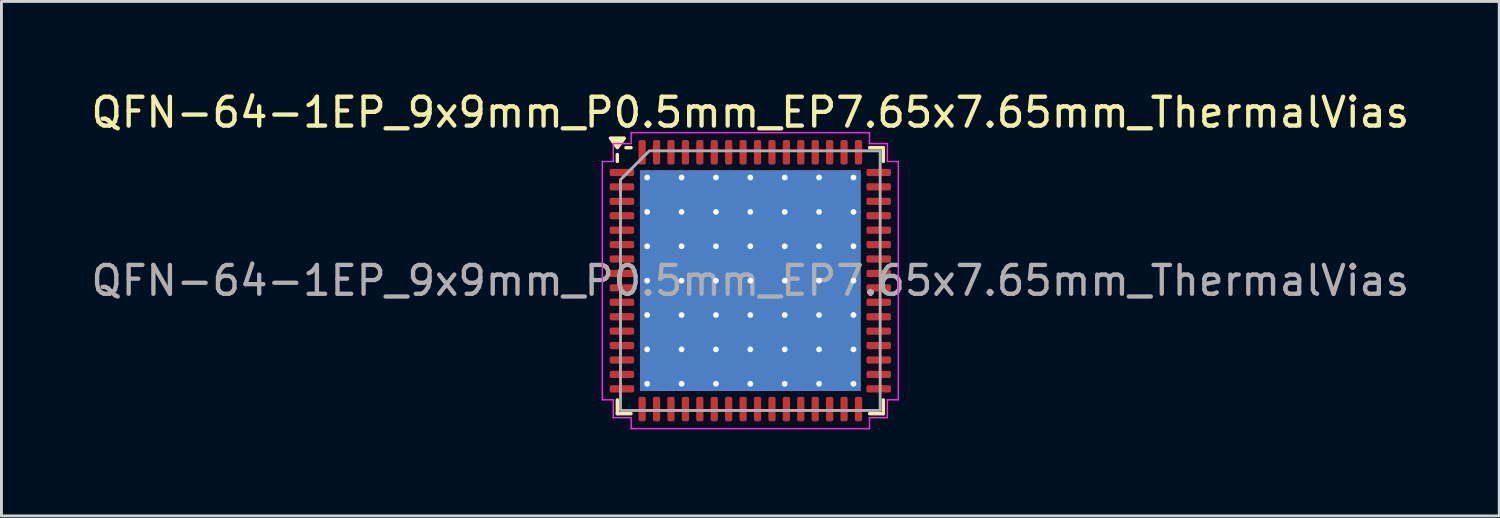
<source format=kicad_pcb>
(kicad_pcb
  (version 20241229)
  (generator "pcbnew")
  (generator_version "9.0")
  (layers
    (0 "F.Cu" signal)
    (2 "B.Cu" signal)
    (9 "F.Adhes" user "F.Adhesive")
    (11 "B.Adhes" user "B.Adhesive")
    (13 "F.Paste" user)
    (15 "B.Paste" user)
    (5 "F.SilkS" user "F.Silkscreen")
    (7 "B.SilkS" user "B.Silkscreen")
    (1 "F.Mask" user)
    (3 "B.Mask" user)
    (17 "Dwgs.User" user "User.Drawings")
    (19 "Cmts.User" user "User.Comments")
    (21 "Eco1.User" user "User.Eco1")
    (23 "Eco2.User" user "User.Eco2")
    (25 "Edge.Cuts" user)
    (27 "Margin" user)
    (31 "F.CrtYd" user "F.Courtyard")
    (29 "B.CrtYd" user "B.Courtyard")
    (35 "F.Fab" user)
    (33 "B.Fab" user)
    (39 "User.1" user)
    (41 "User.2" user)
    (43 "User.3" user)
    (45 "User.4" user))
  (footprint "QFN-64-1EP_9x9mm_P0.5mm_EP7.65x7.65mm_ThermalVias"
    (layer "F.Cu")
    (at 22.958 6.678)
    (property "Reference" "QFN-64-1EP_9x9mm_P0.5mm_EP7.65x7.65mm_ThermalVias" (at 0 -5.83 0) (layer "F.SilkS") (effects (font (size 1 1) (thickness 0.15))))
    (attr smd)
    (fp_line (start -4.61 -4.135) (end -4.61 -4.37) (stroke (width 0.12) (type solid)) (layer "F.SilkS"))
    (fp_line (start -4.61 4.61) (end -4.61 4.135) (stroke (width 0.12) (type solid)) (layer "F.SilkS"))
    (fp_line (start -4.135 -4.61) (end -4.31 -4.61) (stroke (width 0.12) (type solid)) (layer "F.SilkS"))
    (fp_line (start -4.135 4.61) (end -4.61 4.61) (stroke (width 0.12) (type solid)) (layer "F.SilkS"))
    (fp_line (start 4.135 -4.61) (end 4.61 -4.61) (stroke (width 0.12) (type solid)) (layer "F.SilkS"))
    (fp_line (start 4.135 4.61) (end 4.61 4.61) (stroke (width 0.12) (type solid)) (layer "F.SilkS"))
    (fp_line (start 4.61 -4.61) (end 4.61 -4.135) (stroke (width 0.12) (type solid)) (layer "F.SilkS"))
    (fp_line (start 4.61 4.61) (end 4.61 4.135) (stroke (width 0.12) (type solid)) (layer "F.SilkS"))
    (fp_poly (pts (xy -4.61 -4.61) (xy -4.85 -4.94) (xy -4.37 -4.94)) (stroke (width 0.12) (type solid)) (fill yes) (layer "F.SilkS"))
    (fp_line (start -5.13 -4.13) (end -4.75 -4.13) (stroke (width 0.05) (type solid)) (layer "F.CrtYd"))
    (fp_line (start -5.13 4.13) (end -5.13 -4.13) (stroke (width 0.05) (type solid)) (layer "F.CrtYd"))
    (fp_line (start -4.75 -4.75) (end -4.13 -4.75) (stroke (width 0.05) (type solid)) (layer "F.CrtYd"))
    (fp_line (start -4.75 -4.13) (end -4.75 -4.75) (stroke (width 0.05) (type solid)) (layer "F.CrtYd"))
    (fp_line (start -4.75 4.13) (end -5.13 4.13) (stroke (width 0.05) (type solid)) (layer "F.CrtYd"))
    (fp_line (start -4.75 4.75) (end -4.75 4.13) (stroke (width 0.05) (type solid)) (layer "F.CrtYd"))
    (fp_line (start -4.13 -5.13) (end 4.13 -5.13) (stroke (width 0.05) (type solid)) (layer "F.CrtYd"))
    (fp_line (start -4.13 -4.75) (end -4.13 -5.13) (stroke (width 0.05) (type solid)) (layer "F.CrtYd"))
    (fp_line (start -4.13 4.75) (end -4.75 4.75) (stroke (width 0.05) (type solid)) (layer "F.CrtYd"))
    (fp_line (start -4.13 5.13) (end -4.13 4.75) (stroke (width 0.05) (type solid)) (layer "F.CrtYd"))
    (fp_line (start 4.13 -5.13) (end 4.13 -4.75) (stroke (width 0.05) (type solid)) (layer "F.CrtYd"))
    (fp_line (start 4.13 -4.75) (end 4.75 -4.75) (stroke (width 0.05) (type solid)) (layer "F.CrtYd"))
    (fp_line (start 4.13 4.75) (end 4.13 5.13) (stroke (width 0.05) (type solid)) (layer "F.CrtYd"))
    (fp_line (start 4.13 5.13) (end -4.13 5.13) (stroke (width 0.05) (type solid)) (layer "F.CrtYd"))
    (fp_line (start 4.75 -4.75) (end 4.75 -4.13) (stroke (width 0.05) (type solid)) (layer "F.CrtYd"))
    (fp_line (start 4.75 -4.13) (end 5.13 -4.13) (stroke (width 0.05) (type solid)) (layer "F.CrtYd"))
    (fp_line (start 4.75 4.13) (end 4.75 4.75) (stroke (width 0.05) (type solid)) (layer "F.CrtYd"))
    (fp_line (start 4.75 4.75) (end 4.13 4.75) (stroke (width 0.05) (type solid)) (layer "F.CrtYd"))
    (fp_line (start 5.13 -4.13) (end 5.13 4.13) (stroke (width 0.05) (type solid)) (layer "F.CrtYd"))
    (fp_line (start 5.13 4.13) (end 4.75 4.13) (stroke (width 0.05) (type solid)) (layer "F.CrtYd"))
    (fp_poly (pts (xy -4.5 -3.5) (xy -4.5 4.5) (xy 4.5 4.5) (xy 4.5 -4.5) (xy -3.5 -4.5)) (stroke (width 0.1) (type solid)) (fill no) (layer "F.Fab"))
    (fp_text user "${REFERENCE}" (at 0 0 0) (layer "F.Fab") (effects (font (size 1 1) (thickness 0.15))))
    (pad "" smd roundrect (at -3.2 -3.2) (size 1.03 1.03) (layers "F.Paste") (roundrect_rratio 0.243))
    (pad "" smd roundrect (at -3.2 -1.92) (size 1.03 1.03) (layers "F.Paste") (roundrect_rratio 0.243))
    (pad "" smd roundrect (at -3.2 -0.64) (size 1.03 1.03) (layers "F.Paste") (roundrect_rratio 0.243))
    (pad "" smd roundrect (at -3.2 0.64) (size 1.03 1.03) (layers "F.Paste") (roundrect_rratio 0.243))
    (pad "" smd roundrect (at -3.2 1.92) (size 1.03 1.03) (layers "F.Paste") (roundrect_rratio 0.243))
    (pad "" smd roundrect (at -3.2 3.2) (size 1.03 1.03) (layers "F.Paste") (roundrect_rratio 0.243))
    (pad "" smd roundrect (at -1.92 -3.2) (size 1.03 1.03) (layers "F.Paste") (roundrect_rratio 0.243))
    (pad "" smd roundrect (at -1.92 -1.92) (size 1.03 1.03) (layers "F.Paste") (roundrect_rratio 0.243))
    (pad "" smd roundrect (at -1.92 -0.64) (size 1.03 1.03) (layers "F.Paste") (roundrect_rratio 0.243))
    (pad "" smd roundrect (at -1.92 0.64) (size 1.03 1.03) (layers "F.Paste") (roundrect_rratio 0.243))
    (pad "" smd roundrect (at -1.92 1.92) (size 1.03 1.03) (layers "F.Paste") (roundrect_rratio 0.243))
    (pad "" smd roundrect (at -1.92 3.2) (size 1.03 1.03) (layers "F.Paste") (roundrect_rratio 0.243))
    (pad "" smd roundrect (at -0.64 -3.2) (size 1.03 1.03) (layers "F.Paste") (roundrect_rratio 0.243))
    (pad "" smd roundrect (at -0.64 -1.92) (size 1.03 1.03) (layers "F.Paste") (roundrect_rratio 0.243))
    (pad "" smd roundrect (at -0.64 -0.64) (size 1.03 1.03) (layers "F.Paste") (roundrect_rratio 0.243))
    (pad "" smd roundrect (at -0.64 0.64) (size 1.03 1.03) (layers "F.Paste") (roundrect_rratio 0.243))
    (pad "" smd roundrect (at -0.64 1.92) (size 1.03 1.03) (layers "F.Paste") (roundrect_rratio 0.243))
    (pad "" smd roundrect (at -0.64 3.2) (size 1.03 1.03) (layers "F.Paste") (roundrect_rratio 0.243))
    (pad "" smd roundrect (at 0.64 -3.2) (size 1.03 1.03) (layers "F.Paste") (roundrect_rratio 0.243))
    (pad "" smd roundrect (at 0.64 -1.92) (size 1.03 1.03) (layers "F.Paste") (roundrect_rratio 0.243))
    (pad "" smd roundrect (at 0.64 -0.64) (size 1.03 1.03) (layers "F.Paste") (roundrect_rratio 0.243))
    (pad "" smd roundrect (at 0.64 0.64) (size 1.03 1.03) (layers "F.Paste") (roundrect_rratio 0.243))
    (pad "" smd roundrect (at 0.64 1.92) (size 1.03 1.03) (layers "F.Paste") (roundrect_rratio 0.243))
    (pad "" smd roundrect (at 0.64 3.2) (size 1.03 1.03) (layers "F.Paste") (roundrect_rratio 0.243))
    (pad "" smd roundrect (at 1.92 -3.2) (size 1.03 1.03) (layers "F.Paste") (roundrect_rratio 0.243))
    (pad "" smd roundrect (at 1.92 -1.92) (size 1.03 1.03) (layers "F.Paste") (roundrect_rratio 0.243))
    (pad "" smd roundrect (at 1.92 -0.64) (size 1.03 1.03) (layers "F.Paste") (roundrect_rratio 0.243))
    (pad "" smd roundrect (at 1.92 0.64) (size 1.03 1.03) (layers "F.Paste") (roundrect_rratio 0.243))
    (pad "" smd roundrect (at 1.92 1.92) (size 1.03 1.03) (layers "F.Paste") (roundrect_rratio 0.243))
    (pad "" smd roundrect (at 1.92 3.2) (size 1.03 1.03) (layers "F.Paste") (roundrect_rratio 0.243))
    (pad "" smd roundrect (at 3.2 -3.2) (size 1.03 1.03) (layers "F.Paste") (roundrect_rratio 0.243))
    (pad "" smd roundrect (at 3.2 -1.92) (size 1.03 1.03) (layers "F.Paste") (roundrect_rratio 0.243))
    (pad "" smd roundrect (at 3.2 -0.64) (size 1.03 1.03) (layers "F.Paste") (roundrect_rratio 0.243))
    (pad "" smd roundrect (at 3.2 0.64) (size 1.03 1.03) (layers "F.Paste") (roundrect_rratio 0.243))
    (pad "" smd roundrect (at 3.2 1.92) (size 1.03 1.03) (layers "F.Paste") (roundrect_rratio 0.243))
    (pad "" smd roundrect (at 3.2 3.2) (size 1.03 1.03) (layers "F.Paste") (roundrect_rratio 0.243))
    (pad "1" smd roundrect (at -4.45 -3.75) (size 0.85 0.25) (layers "F.Cu" "F.Mask" "F.Paste") (roundrect_rratio 0.25))
    (pad "2" smd roundrect (at -4.45 -3.25) (size 0.85 0.25) (layers "F.Cu" "F.Mask" "F.Paste") (roundrect_rratio 0.25))
    (pad "3" smd roundrect (at -4.45 -2.75) (size 0.85 0.25) (layers "F.Cu" "F.Mask" "F.Paste") (roundrect_rratio 0.25))
    (pad "4" smd roundrect (at -4.45 -2.25) (size 0.85 0.25) (layers "F.Cu" "F.Mask" "F.Paste") (roundrect_rratio 0.25))
    (pad "5" smd roundrect (at -4.45 -1.75) (size 0.85 0.25) (layers "F.Cu" "F.Mask" "F.Paste") (roundrect_rratio 0.25))
    (pad "6" smd roundrect (at -4.45 -1.25) (size 0.85 0.25) (layers "F.Cu" "F.Mask" "F.Paste") (roundrect_rratio 0.25))
    (pad "7" smd roundrect (at -4.45 -0.75) (size 0.85 0.25) (layers "F.Cu" "F.Mask" "F.Paste") (roundrect_rratio 0.25))
    (pad "8" smd roundrect (at -4.45 -0.25) (size 0.85 0.25) (layers "F.Cu" "F.Mask" "F.Paste") (roundrect_rratio 0.25))
    (pad "9" smd roundrect (at -4.45 0.25) (size 0.85 0.25) (layers "F.Cu" "F.Mask" "F.Paste") (roundrect_rratio 0.25))
    (pad "10" smd roundrect (at -4.45 0.75) (size 0.85 0.25) (layers "F.Cu" "F.Mask" "F.Paste") (roundrect_rratio 0.25))
    (pad "11" smd roundrect (at -4.45 1.25) (size 0.85 0.25) (layers "F.Cu" "F.Mask" "F.Paste") (roundrect_rratio 0.25))
    (pad "12" smd roundrect (at -4.45 1.75) (size 0.85 0.25) (layers "F.Cu" "F.Mask" "F.Paste") (roundrect_rratio 0.25))
    (pad "13" smd roundrect (at -4.45 2.25) (size 0.85 0.25) (layers "F.Cu" "F.Mask" "F.Paste") (roundrect_rratio 0.25))
    (pad "14" smd roundrect (at -4.45 2.75) (size 0.85 0.25) (layers "F.Cu" "F.Mask" "F.Paste") (roundrect_rratio 0.25))
    (pad "15" smd roundrect (at -4.45 3.25) (size 0.85 0.25) (layers "F.Cu" "F.Mask" "F.Paste") (roundrect_rratio 0.25))
    (pad "16" smd roundrect (at -4.45 3.75) (size 0.85 0.25) (layers "F.Cu" "F.Mask" "F.Paste") (roundrect_rratio 0.25))
    (pad "17" smd roundrect (at -3.75 4.45) (size 0.25 0.85) (layers "F.Cu" "F.Mask" "F.Paste") (roundrect_rratio 0.25))
    (pad "18" smd roundrect (at -3.25 4.45) (size 0.25 0.85) (layers "F.Cu" "F.Mask" "F.Paste") (roundrect_rratio 0.25))
    (pad "19" smd roundrect (at -2.75 4.45) (size 0.25 0.85) (layers "F.Cu" "F.Mask" "F.Paste") (roundrect_rratio 0.25))
    (pad "20" smd roundrect (at -2.25 4.45) (size 0.25 0.85) (layers "F.Cu" "F.Mask" "F.Paste") (roundrect_rratio 0.25))
    (pad "21" smd roundrect (at -1.75 4.45) (size 0.25 0.85) (layers "F.Cu" "F.Mask" "F.Paste") (roundrect_rratio 0.25))
    (pad "22" smd roundrect (at -1.25 4.45) (size 0.25 0.85) (layers "F.Cu" "F.Mask" "F.Paste") (roundrect_rratio 0.25))
    (pad "23" smd roundrect (at -0.75 4.45) (size 0.25 0.85) (layers "F.Cu" "F.Mask" "F.Paste") (roundrect_rratio 0.25))
    (pad "24" smd roundrect (at -0.25 4.45) (size 0.25 0.85) (layers "F.Cu" "F.Mask" "F.Paste") (roundrect_rratio 0.25))
    (pad "25" smd roundrect (at 0.25 4.45) (size 0.25 0.85) (layers "F.Cu" "F.Mask" "F.Paste") (roundrect_rratio 0.25))
    (pad "26" smd roundrect (at 0.75 4.45) (size 0.25 0.85) (layers "F.Cu" "F.Mask" "F.Paste") (roundrect_rratio 0.25))
    (pad "27" smd roundrect (at 1.25 4.45) (size 0.25 0.85) (layers "F.Cu" "F.Mask" "F.Paste") (roundrect_rratio 0.25))
    (pad "28" smd roundrect (at 1.75 4.45) (size 0.25 0.85) (layers "F.Cu" "F.Mask" "F.Paste") (roundrect_rratio 0.25))
    (pad "29" smd roundrect (at 2.25 4.45) (size 0.25 0.85) (layers "F.Cu" "F.Mask" "F.Paste") (roundrect_rratio 0.25))
    (pad "30" smd roundrect (at 2.75 4.45) (size 0.25 0.85) (layers "F.Cu" "F.Mask" "F.Paste") (roundrect_rratio 0.25))
    (pad "31" smd roundrect (at 3.25 4.45) (size 0.25 0.85) (layers "F.Cu" "F.Mask" "F.Paste") (roundrect_rratio 0.25))
    (pad "32" smd roundrect (at 3.75 4.45) (size 0.25 0.85) (layers "F.Cu" "F.Mask" "F.Paste") (roundrect_rratio 0.25))
    (pad "33" smd roundrect (at 4.45 3.75) (size 0.85 0.25) (layers "F.Cu" "F.Mask" "F.Paste") (roundrect_rratio 0.25))
    (pad "34" smd roundrect (at 4.45 3.25) (size 0.85 0.25) (layers "F.Cu" "F.Mask" "F.Paste") (roundrect_rratio 0.25))
    (pad "35" smd roundrect (at 4.45 2.75) (size 0.85 0.25) (layers "F.Cu" "F.Mask" "F.Paste") (roundrect_rratio 0.25))
    (pad "36" smd roundrect (at 4.45 2.25) (size 0.85 0.25) (layers "F.Cu" "F.Mask" "F.Paste") (roundrect_rratio 0.25))
    (pad "37" smd roundrect (at 4.45 1.75) (size 0.85 0.25) (layers "F.Cu" "F.Mask" "F.Paste") (roundrect_rratio 0.25))
    (pad "38" smd roundrect (at 4.45 1.25) (size 0.85 0.25) (layers "F.Cu" "F.Mask" "F.Paste") (roundrect_rratio 0.25))
    (pad "39" smd roundrect (at 4.45 0.75) (size 0.85 0.25) (layers "F.Cu" "F.Mask" "F.Paste") (roundrect_rratio 0.25))
    (pad "40" smd roundrect (at 4.45 0.25) (size 0.85 0.25) (layers "F.Cu" "F.Mask" "F.Paste") (roundrect_rratio 0.25))
    (pad "41" smd roundrect (at 4.45 -0.25) (size 0.85 0.25) (layers "F.Cu" "F.Mask" "F.Paste") (roundrect_rratio 0.25))
    (pad "42" smd roundrect (at 4.45 -0.75) (size 0.85 0.25) (layers "F.Cu" "F.Mask" "F.Paste") (roundrect_rratio 0.25))
    (pad "43" smd roundrect (at 4.45 -1.25) (size 0.85 0.25) (layers "F.Cu" "F.Mask" "F.Paste") (roundrect_rratio 0.25))
    (pad "44" smd roundrect (at 4.45 -1.75) (size 0.85 0.25) (layers "F.Cu" "F.Mask" "F.Paste") (roundrect_rratio 0.25))
    (pad "45" smd roundrect (at 4.45 -2.25) (size 0.85 0.25) (layers "F.Cu" "F.Mask" "F.Paste") (roundrect_rratio 0.25))
    (pad "46" smd roundrect (at 4.45 -2.75) (size 0.85 0.25) (layers "F.Cu" "F.Mask" "F.Paste") (roundrect_rratio 0.25))
    (pad "47" smd roundrect (at 4.45 -3.25) (size 0.85 0.25) (layers "F.Cu" "F.Mask" "F.Paste") (roundrect_rratio 0.25))
    (pad "48" smd roundrect (at 4.45 -3.75) (size 0.85 0.25) (layers "F.Cu" "F.Mask" "F.Paste") (roundrect_rratio 0.25))
    (pad "49" smd roundrect (at 3.75 -4.45) (size 0.25 0.85) (layers "F.Cu" "F.Mask" "F.Paste") (roundrect_rratio 0.25))
    (pad "50" smd roundrect (at 3.25 -4.45) (size 0.25 0.85) (layers "F.Cu" "F.Mask" "F.Paste") (roundrect_rratio 0.25))
    (pad "51" smd roundrect (at 2.75 -4.45) (size 0.25 0.85) (layers "F.Cu" "F.Mask" "F.Paste") (roundrect_rratio 0.25))
    (pad "52" smd roundrect (at 2.25 -4.45) (size 0.25 0.85) (layers "F.Cu" "F.Mask" "F.Paste") (roundrect_rratio 0.25))
    (pad "53" smd roundrect (at 1.75 -4.45) (size 0.25 0.85) (layers "F.Cu" "F.Mask" "F.Paste") (roundrect_rratio 0.25))
    (pad "54" smd roundrect (at 1.25 -4.45) (size 0.25 0.85) (layers "F.Cu" "F.Mask" "F.Paste") (roundrect_rratio 0.25))
    (pad "55" smd roundrect (at 0.75 -4.45) (size 0.25 0.85) (layers "F.Cu" "F.Mask" "F.Paste") (roundrect_rratio 0.25))
    (pad "56" smd roundrect (at 0.25 -4.45) (size 0.25 0.85) (layers "F.Cu" "F.Mask" "F.Paste") (roundrect_rratio 0.25))
    (pad "57" smd roundrect (at -0.25 -4.45) (size 0.25 0.85) (layers "F.Cu" "F.Mask" "F.Paste") (roundrect_rratio 0.25))
    (pad "58" smd roundrect (at -0.75 -4.45) (size 0.25 0.85) (layers "F.Cu" "F.Mask" "F.Paste") (roundrect_rratio 0.25))
    (pad "59" smd roundrect (at -1.25 -4.45) (size 0.25 0.85) (layers "F.Cu" "F.Mask" "F.Paste") (roundrect_rratio 0.25))
    (pad "60" smd roundrect (at -1.75 -4.45) (size 0.25 0.85) (layers "F.Cu" "F.Mask" "F.Paste") (roundrect_rratio 0.25))
    (pad "61" smd roundrect (at -2.25 -4.45) (size 0.25 0.85) (layers "F.Cu" "F.Mask" "F.Paste") (roundrect_rratio 0.25))
    (pad "62" smd roundrect (at -2.75 -4.45) (size 0.25 0.85) (layers "F.Cu" "F.Mask" "F.Paste") (roundrect_rratio 0.25))
    (pad "63" smd roundrect (at -3.25 -4.45) (size 0.25 0.85) (layers "F.Cu" "F.Mask" "F.Paste") (roundrect_rratio 0.25))
    (pad "64" smd roundrect (at -3.75 -4.45) (size 0.25 0.85) (layers "F.Cu" "F.Mask" "F.Paste") (roundrect_rratio 0.25))
    (pad "65" thru_hole circle (at -3.575 -3.575) (size 0.5 0.5) (drill 0.2) (property pad_prop_heatsink) (layers "*.Cu"))
    (pad "65" thru_hole circle (at -3.575 -2.383) (size 0.5 0.5) (drill 0.2) (property pad_prop_heatsink) (layers "*.Cu"))
    (pad "65" thru_hole circle (at -3.575 -1.192) (size 0.5 0.5) (drill 0.2) (property pad_prop_heatsink) (layers "*.Cu"))
    (pad "65" thru_hole circle (at -3.575 0) (size 0.5 0.5) (drill 0.2) (property pad_prop_heatsink) (layers "*.Cu"))
    (pad "65" thru_hole circle (at -3.575 1.192) (size 0.5 0.5) (drill 0.2) (property pad_prop_heatsink) (layers "*.Cu"))
    (pad "65" thru_hole circle (at -3.575 2.383) (size 0.5 0.5) (drill 0.2) (property pad_prop_heatsink) (layers "*.Cu"))
    (pad "65" thru_hole circle (at -3.575 3.575) (size 0.5 0.5) (drill 0.2) (property pad_prop_heatsink) (layers "*.Cu"))
    (pad "65" thru_hole circle (at -2.383 -3.575) (size 0.5 0.5) (drill 0.2) (property pad_prop_heatsink) (layers "*.Cu"))
    (pad "65" thru_hole circle (at -2.383 -2.383) (size 0.5 0.5) (drill 0.2) (property pad_prop_heatsink) (layers "*.Cu"))
    (pad "65" thru_hole circle (at -2.383 -1.192) (size 0.5 0.5) (drill 0.2) (property pad_prop_heatsink) (layers "*.Cu"))
    (pad "65" thru_hole circle (at -2.383 0) (size 0.5 0.5) (drill 0.2) (property pad_prop_heatsink) (layers "*.Cu"))
    (pad "65" thru_hole circle (at -2.383 1.192) (size 0.5 0.5) (drill 0.2) (property pad_prop_heatsink) (layers "*.Cu"))
    (pad "65" thru_hole circle (at -2.383 2.383) (size 0.5 0.5) (drill 0.2) (property pad_prop_heatsink) (layers "*.Cu"))
    (pad "65" thru_hole circle (at -2.383 3.575) (size 0.5 0.5) (drill 0.2) (property pad_prop_heatsink) (layers "*.Cu"))
    (pad "65" thru_hole circle (at -1.192 -3.575) (size 0.5 0.5) (drill 0.2) (property pad_prop_heatsink) (layers "*.Cu"))
    (pad "65" thru_hole circle (at -1.192 -2.383) (size 0.5 0.5) (drill 0.2) (property pad_prop_heatsink) (layers "*.Cu"))
    (pad "65" thru_hole circle (at -1.192 -1.192) (size 0.5 0.5) (drill 0.2) (property pad_prop_heatsink) (layers "*.Cu"))
    (pad "65" thru_hole circle (at -1.192 0) (size 0.5 0.5) (drill 0.2) (property pad_prop_heatsink) (layers "*.Cu"))
    (pad "65" thru_hole circle (at -1.192 1.192) (size 0.5 0.5) (drill 0.2) (property pad_prop_heatsink) (layers "*.Cu"))
    (pad "65" thru_hole circle (at -1.192 2.383) (size 0.5 0.5) (drill 0.2) (property pad_prop_heatsink) (layers "*.Cu"))
    (pad "65" thru_hole circle (at -1.192 3.575) (size 0.5 0.5) (drill 0.2) (property pad_prop_heatsink) (layers "*.Cu"))
    (pad "65" thru_hole circle (at 0 -3.575) (size 0.5 0.5) (drill 0.2) (property pad_prop_heatsink) (layers "*.Cu"))
    (pad "65" thru_hole circle (at 0 -2.383) (size 0.5 0.5) (drill 0.2) (property pad_prop_heatsink) (layers "*.Cu"))
    (pad "65" thru_hole circle (at 0 -1.192) (size 0.5 0.5) (drill 0.2) (property pad_prop_heatsink) (layers "*.Cu"))
    (pad "65" thru_hole circle (at 0 0) (size 0.5 0.5) (drill 0.2) (property pad_prop_heatsink) (layers "*.Cu"))
    (pad "65" smd rect (at 0 0) (size 7.65 7.65) (property pad_prop_heatsink) (layers "F.Cu" "F.Mask"))
    (pad "65" smd rect (at 0 0) (size 7.65 7.65) (property pad_prop_heatsink) (layers "B.Cu"))
    (pad "65" thru_hole circle (at 0 1.192) (size 0.5 0.5) (drill 0.2) (property pad_prop_heatsink) (layers "*.Cu"))
    (pad "65" thru_hole circle (at 0 2.383) (size 0.5 0.5) (drill 0.2) (property pad_prop_heatsink) (layers "*.Cu"))
    (pad "65" thru_hole circle (at 0 3.575) (size 0.5 0.5) (drill 0.2) (property pad_prop_heatsink) (layers "*.Cu"))
    (pad "65" thru_hole circle (at 1.192 -3.575) (size 0.5 0.5) (drill 0.2) (property pad_prop_heatsink) (layers "*.Cu"))
    (pad "65" thru_hole circle (at 1.192 -2.383) (size 0.5 0.5) (drill 0.2) (property pad_prop_heatsink) (layers "*.Cu"))
    (pad "65" thru_hole circle (at 1.192 -1.192) (size 0.5 0.5) (drill 0.2) (property pad_prop_heatsink) (layers "*.Cu"))
    (pad "65" thru_hole circle (at 1.192 0) (size 0.5 0.5) (drill 0.2) (property pad_prop_heatsink) (layers "*.Cu"))
    (pad "65" thru_hole circle (at 1.192 1.192) (size 0.5 0.5) (drill 0.2) (property pad_prop_heatsink) (layers "*.Cu"))
    (pad "65" thru_hole circle (at 1.192 2.383) (size 0.5 0.5) (drill 0.2) (property pad_prop_heatsink) (layers "*.Cu"))
    (pad "65" thru_hole circle (at 1.192 3.575) (size 0.5 0.5) (drill 0.2) (property pad_prop_heatsink) (layers "*.Cu"))
    (pad "65" thru_hole circle (at 2.383 -3.575) (size 0.5 0.5) (drill 0.2) (property pad_prop_heatsink) (layers "*.Cu"))
    (pad "65" thru_hole circle (at 2.383 -2.383) (size 0.5 0.5) (drill 0.2) (property pad_prop_heatsink) (layers "*.Cu"))
    (pad "65" thru_hole circle (at 2.383 -1.192) (size 0.5 0.5) (drill 0.2) (property pad_prop_heatsink) (layers "*.Cu"))
    (pad "65" thru_hole circle (at 2.383 0) (size 0.5 0.5) (drill 0.2) (property pad_prop_heatsink) (layers "*.Cu"))
    (pad "65" thru_hole circle (at 2.383 1.192) (size 0.5 0.5) (drill 0.2) (property pad_prop_heatsink) (layers "*.Cu"))
    (pad "65" thru_hole circle (at 2.383 2.383) (size 0.5 0.5) (drill 0.2) (property pad_prop_heatsink) (layers "*.Cu"))
    (pad "65" thru_hole circle (at 2.383 3.575) (size 0.5 0.5) (drill 0.2) (property pad_prop_heatsink) (layers "*.Cu"))
    (pad "65" thru_hole circle (at 3.575 -3.575) (size 0.5 0.5) (drill 0.2) (property pad_prop_heatsink) (layers "*.Cu"))
    (pad "65" thru_hole circle (at 3.575 -2.383) (size 0.5 0.5) (drill 0.2) (property pad_prop_heatsink) (layers "*.Cu"))
    (pad "65" thru_hole circle (at 3.575 -1.192) (size 0.5 0.5) (drill 0.2) (property pad_prop_heatsink) (layers "*.Cu"))
    (pad "65" thru_hole circle (at 3.575 0) (size 0.5 0.5) (drill 0.2) (property pad_prop_heatsink) (layers "*.Cu"))
    (pad "65" thru_hole circle (at 3.575 1.192) (size 0.5 0.5) (drill 0.2) (property pad_prop_heatsink) (layers "*.Cu"))
    (pad "65" thru_hole circle (at 3.575 2.383) (size 0.5 0.5) (drill 0.2) (property pad_prop_heatsink) (layers "*.Cu"))
    (pad "65" thru_hole circle (at 3.575 3.575) (size 0.5 0.5) (drill 0.2) (property pad_prop_heatsink) (layers "*.Cu")))
  (gr_rect
    (start -3 -3)
    (end 48.917 14.833)
    (stroke (width 0.1) (type default))
    (fill no)
    (layer "Edge.Cuts")))
</source>
